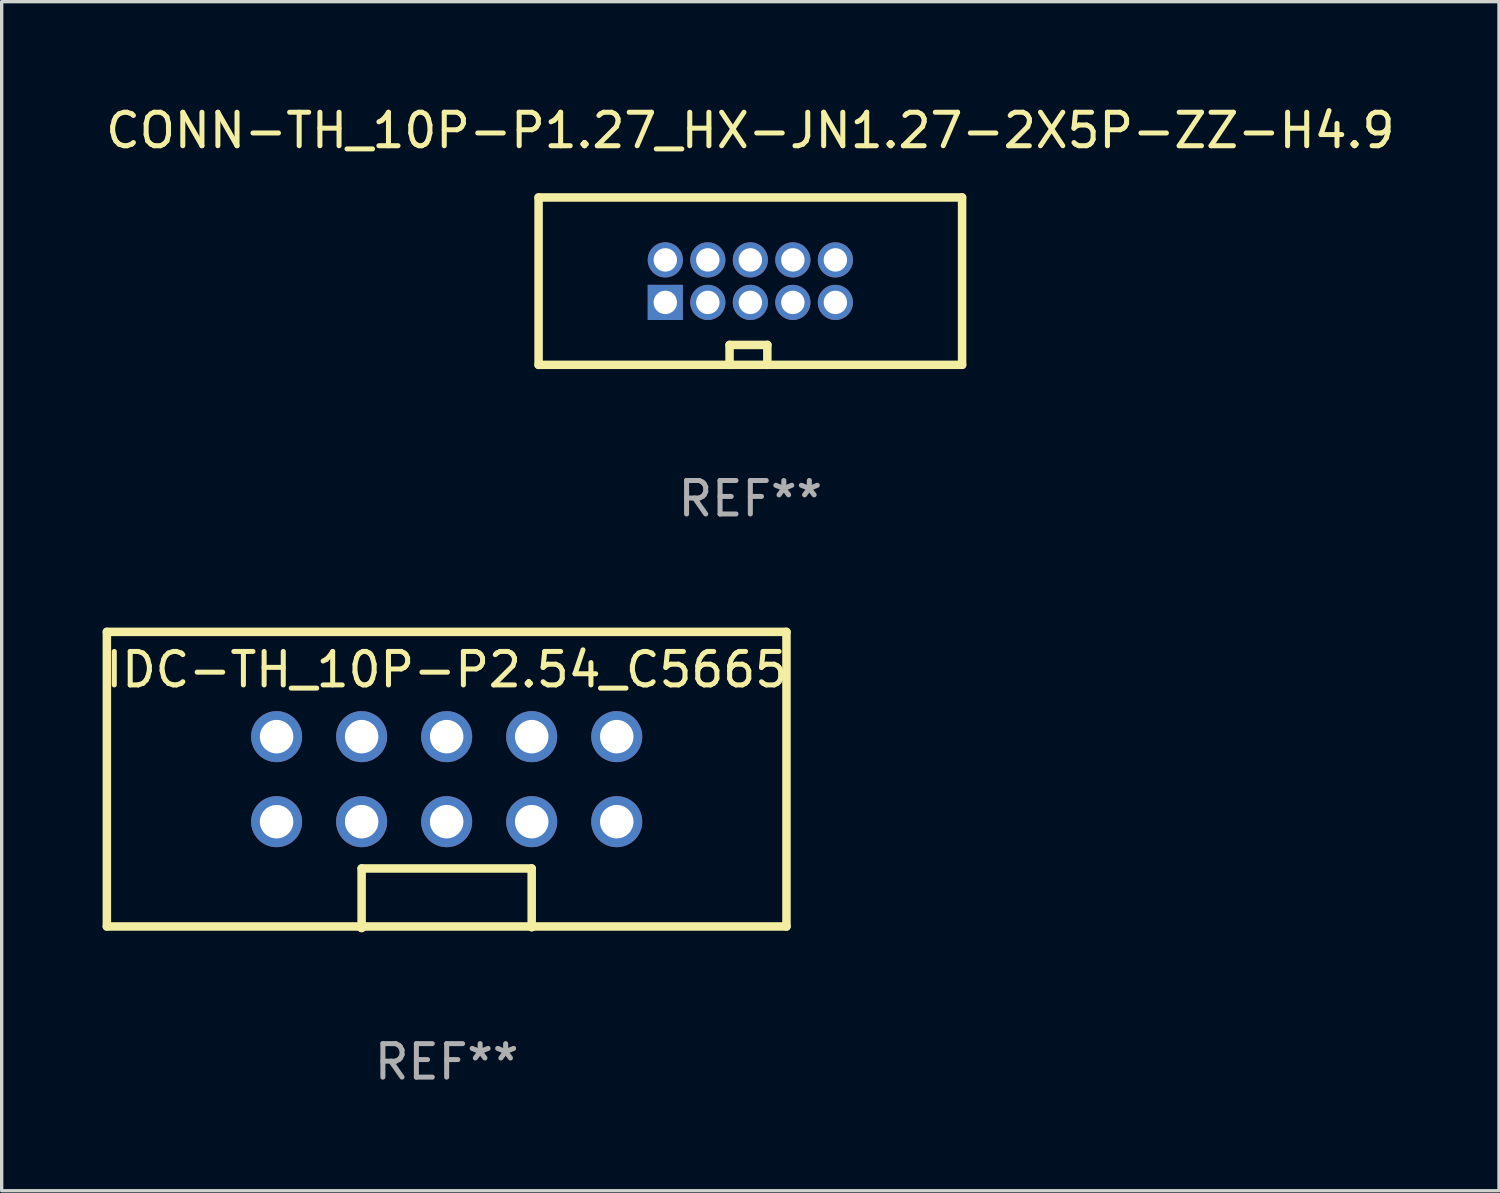
<source format=kicad_pcb>
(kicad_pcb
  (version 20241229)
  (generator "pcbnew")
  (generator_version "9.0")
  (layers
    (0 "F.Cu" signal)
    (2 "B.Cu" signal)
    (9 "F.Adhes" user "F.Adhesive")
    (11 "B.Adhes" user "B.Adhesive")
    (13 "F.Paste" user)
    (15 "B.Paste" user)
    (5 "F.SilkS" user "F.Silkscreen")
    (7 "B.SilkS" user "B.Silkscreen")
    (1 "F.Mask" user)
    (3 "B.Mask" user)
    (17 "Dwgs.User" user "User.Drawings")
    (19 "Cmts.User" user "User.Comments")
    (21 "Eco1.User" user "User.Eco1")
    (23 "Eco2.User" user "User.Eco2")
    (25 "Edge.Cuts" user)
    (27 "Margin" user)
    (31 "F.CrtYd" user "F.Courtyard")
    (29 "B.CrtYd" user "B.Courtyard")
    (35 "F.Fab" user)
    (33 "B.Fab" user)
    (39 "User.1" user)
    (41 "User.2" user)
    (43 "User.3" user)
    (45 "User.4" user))
  (footprint "CONN-TH_10P-P1.27_HX-JN1.27-2X5P-ZZ-H4.9"
    (layer "F.Cu")
    (at 19.363 5.348)
    (property "Reference" "CONN-TH_10P-P1.27_HX-JN1.27-2X5P-ZZ-H4.9" (at 0.000025 -4.5 0) (layer "F.SilkS") (effects (font (size 1 1) (thickness 0.15))))
    (attr through_hole)
    (fp_line (start -6.325 -2.5) (end 6.325 -2.5) (stroke (width 0.254) (type solid)) (layer "F.SilkS"))
    (fp_line (start -6.325 2.5) (end -6.325 -2.5) (stroke (width 0.254) (type solid)) (layer "F.SilkS"))
    (fp_line (start -0.621 1.905) (end 0.508 1.905) (stroke (width 0.254) (type solid)) (layer "F.SilkS"))
    (fp_line (start -0.621 2.5) (end -0.621 1.905) (stroke (width 0.254) (type solid)) (layer "F.SilkS"))
    (fp_line (start 0.508 1.905) (end 0.508 2.5) (stroke (width 0.254) (type solid)) (layer "F.SilkS"))
    (fp_line (start 6.325 -2.5) (end 6.325 2.5) (stroke (width 0.254) (type solid)) (layer "F.SilkS"))
    (fp_line (start 6.325 2.5) (end -6.325 2.5) (stroke (width 0.254) (type solid)) (layer "F.SilkS"))
    (fp_circle (center -6.275 2.5) (end -6.245 2.5) (stroke (width 0.06) (type solid)) (fill no) (layer "F.SilkS"))
    (fp_text user "REF**" (at 0.000025 6.5 0) (layer "F.Fab") (effects (font (size 1 1) (thickness 0.15))))
    (pad "1" thru_hole rect (at -2.54 0.635) (size 1.05 1.05) (drill 0.7) (layers "*.Cu" "*.Mask"))
    (pad "2" thru_hole circle (at -2.54 -0.635) (size 1.05 1.05) (drill 0.7) (layers "*.Cu" "*.Mask"))
    (pad "3" thru_hole circle (at -1.27 0.635) (size 1.05 1.05) (drill 0.7) (layers "*.Cu" "*.Mask"))
    (pad "4" thru_hole circle (at -1.27 -0.635) (size 1.05 1.05) (drill 0.7) (layers "*.Cu" "*.Mask"))
    (pad "5" thru_hole circle (at 0 0.635) (size 1.05 1.05) (drill 0.7) (layers "*.Cu" "*.Mask"))
    (pad "6" thru_hole circle (at 0 -0.635) (size 1.05 1.05) (drill 0.7) (layers "*.Cu" "*.Mask"))
    (pad "7" thru_hole circle (at 1.27 0.635) (size 1.05 1.05) (drill 0.7) (layers "*.Cu" "*.Mask"))
    (pad "8" thru_hole circle (at 1.27 -0.635) (size 1.05 1.05) (drill 0.7) (layers "*.Cu" "*.Mask"))
    (pad "9" thru_hole circle (at 2.54 0.635) (size 1.05 1.05) (drill 0.7) (layers "*.Cu" "*.Mask"))
    (pad "10" thru_hole circle (at 2.54 -0.635) (size 1.05 1.05) (drill 0.7) (layers "*.Cu" "*.Mask")))
  (footprint "IDC-TH_10P-P2.54_C5665"
    (layer "F.Cu")
    (at 10.292 20.224)
    (property "Reference" "IDC-TH_10P-P2.54_C5665" (at 0 -3.27 0) (layer "F.SilkS") (effects (font (size 1 1) (thickness 0.15))))
    (attr through_hole)
    (fp_line (start -10.15 -4.4) (end -10.15 4.4) (stroke (width 0.254) (type solid)) (layer "F.SilkS"))
    (fp_line (start -10.15 4.4) (end 10.15 4.4) (stroke (width 0.254) (type solid)) (layer "F.SilkS"))
    (fp_line (start -2.54 2.667) (end -2.54 4.445) (stroke (width 0.254) (type solid)) (layer "F.SilkS"))
    (fp_line (start -2.54 2.667) (end 2.54 2.667) (stroke (width 0.254) (type solid)) (layer "F.SilkS"))
    (fp_line (start -2.54 4.445) (end -2.489 4.369) (stroke (width 0.254) (type solid)) (layer "F.SilkS"))
    (fp_line (start 2.54 2.667) (end 2.54 4.42) (stroke (width 0.254) (type solid)) (layer "F.SilkS"))
    (fp_line (start 2.54 4.42) (end 2.54 4.369) (stroke (width 0.254) (type solid)) (layer "F.SilkS"))
    (fp_line (start 10.15 -4.4) (end -10.15 -4.4) (stroke (width 0.254) (type solid)) (layer "F.SilkS"))
    (fp_line (start 10.15 4.4) (end 10.15 -4.4) (stroke (width 0.254) (type solid)) (layer "F.SilkS"))
    (fp_circle (center -10.15 4.4) (end -10.12 4.4) (stroke (width 0.06) (type solid)) (fill no) (layer "F.SilkS"))
    (fp_text user "REF**" (at 0 8.445 0) (layer "F.Fab") (effects (font (size 1 1) (thickness 0.15))))
    (pad "1" thru_hole circle (at -5.08 1.27) (size 1.524 1.524) (drill 1) (layers "*.Cu" "*.Mask"))
    (pad "2" thru_hole circle (at -5.08 -1.27) (size 1.524 1.524) (drill 1) (layers "*.Cu" "*.Mask"))
    (pad "3" thru_hole circle (at -2.54 1.27) (size 1.524 1.524) (drill 1) (layers "*.Cu" "*.Mask"))
    (pad "4" thru_hole circle (at -2.54 -1.27) (size 1.524 1.524) (drill 1) (layers "*.Cu" "*.Mask"))
    (pad "5" thru_hole circle (at 0 1.27) (size 1.524 1.524) (drill 1) (layers "*.Cu" "*.Mask"))
    (pad "6" thru_hole circle (at 0 -1.27) (size 1.524 1.524) (drill 1) (layers "*.Cu" "*.Mask"))
    (pad "7" thru_hole circle (at 2.54 1.27) (size 1.524 1.524) (drill 1) (layers "*.Cu" "*.Mask"))
    (pad "8" thru_hole circle (at 2.54 -1.27) (size 1.524 1.524) (drill 1) (layers "*.Cu" "*.Mask"))
    (pad "9" thru_hole circle (at 5.08 1.27) (size 1.524 1.524) (drill 1) (layers "*.Cu" "*.Mask"))
    (pad "10" thru_hole circle (at 5.08 -1.27) (size 1.524 1.524) (drill 1) (layers "*.Cu" "*.Mask")))
  (gr_rect
    (start -3 -3)
    (end 41.726 32.517)
    (stroke (width 0.1) (type default))
    (fill no)
    (layer "Edge.Cuts")))
</source>
